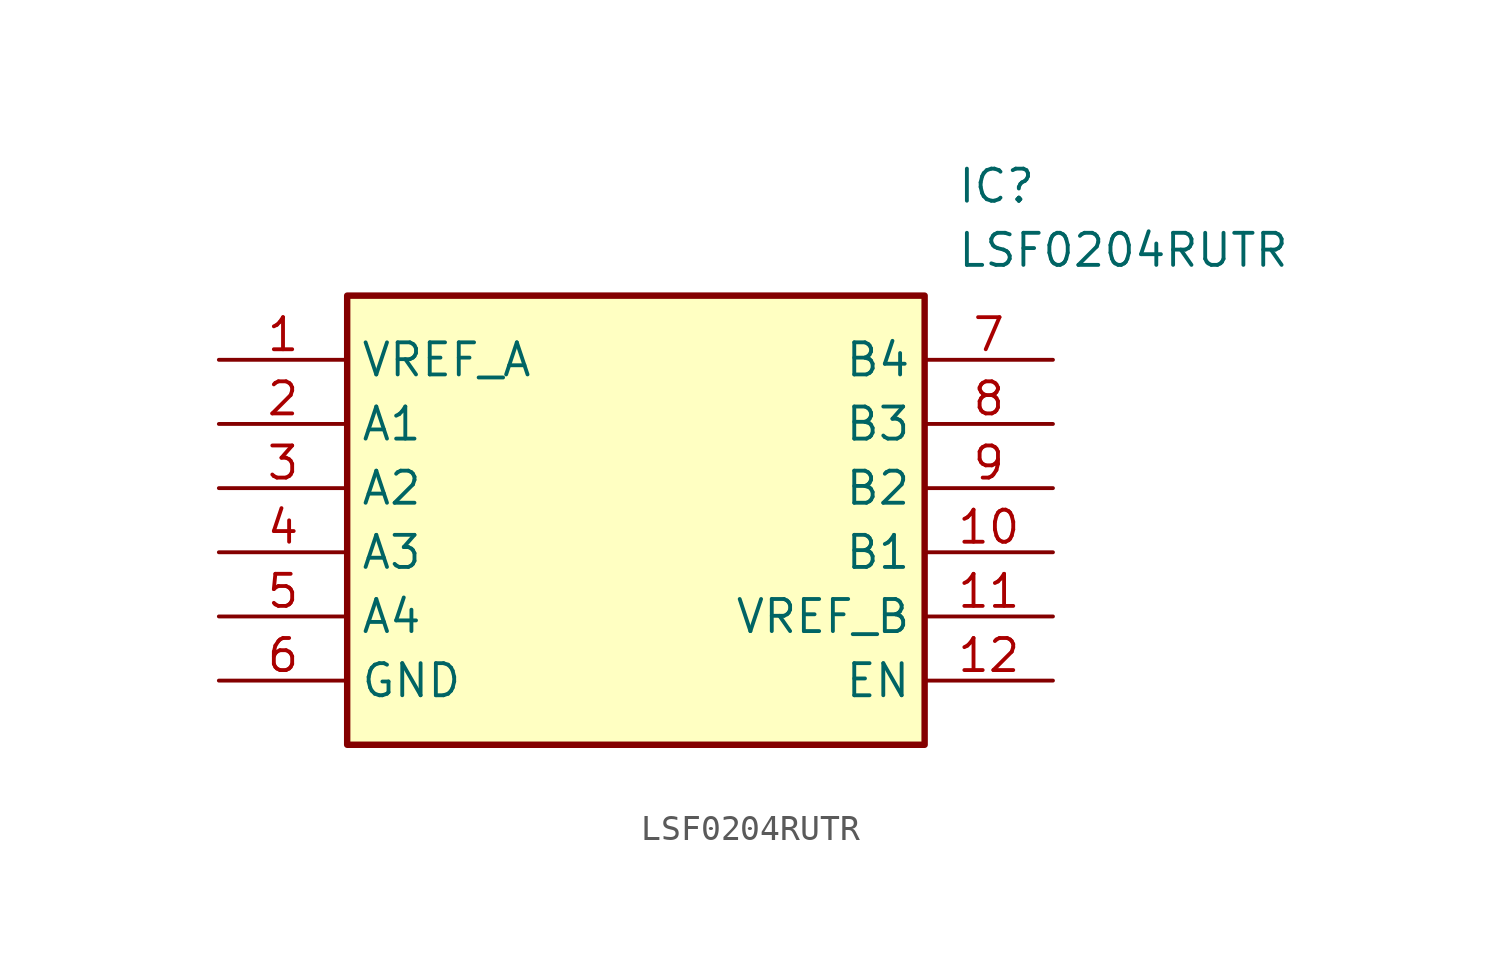
<source format=kicad_sym>
(kicad_symbol_lib
  (version 20211014)
  (generator SamacSys_ECAD_Model)
  (symbol "LSF0204RUTR"
    (property "Reference" "IC"
      (at 29.21 7.62 0)
      (effects (font (size 1.27 1.27)) (justify left top)))
    (property "Value" "LSF0204RUTR"
      (at 29.21 5.08 0)
      (effects (font (size 1.27 1.27)) (justify left top)))
    (rectangle
      (start 5.08 2.54)
      (end 27.94 -15.24)
      (stroke (width 0.254) (type default))
      (fill (type background)))
    (pin passive line
      (at 0 0 0)
      (length 5.08)
      (name "VREF_A" (effects (font (size 1.27 1.27))))
      (number "1" (effects (font (size 1.27 1.27)))))
    (pin passive line
      (at 0 -2.54 0)
      (length 5.08)
      (name "A1" (effects (font (size 1.27 1.27))))
      (number "2" (effects (font (size 1.27 1.27)))))
    (pin passive line
      (at 0 -5.08 0)
      (length 5.08)
      (name "A2" (effects (font (size 1.27 1.27))))
      (number "3" (effects (font (size 1.27 1.27)))))
    (pin passive line
      (at 0 -7.62 0)
      (length 5.08)
      (name "A3" (effects (font (size 1.27 1.27))))
      (number "4" (effects (font (size 1.27 1.27)))))
    (pin passive line
      (at 0 -10.16 0)
      (length 5.08)
      (name "A4" (effects (font (size 1.27 1.27))))
      (number "5" (effects (font (size 1.27 1.27)))))
    (pin passive line
      (at 0 -12.7 0)
      (length 5.08)
      (name "GND" (effects (font (size 1.27 1.27))))
      (number "6" (effects (font (size 1.27 1.27)))))
    (pin passive line
      (at 33.02 0 180)
      (length 5.08)
      (name "B4" (effects (font (size 1.27 1.27))))
      (number "7" (effects (font (size 1.27 1.27)))))
    (pin passive line
      (at 33.02 -2.54 180)
      (length 5.08)
      (name "B3" (effects (font (size 1.27 1.27))))
      (number "8" (effects (font (size 1.27 1.27)))))
    (pin passive line
      (at 33.02 -5.08 180)
      (length 5.08)
      (name "B2" (effects (font (size 1.27 1.27))))
      (number "9" (effects (font (size 1.27 1.27)))))
    (pin passive line
      (at 33.02 -7.62 180)
      (length 5.08)
      (name "B1" (effects (font (size 1.27 1.27))))
      (number "10" (effects (font (size 1.27 1.27)))))
    (pin passive line
      (at 33.02 -10.16 180)
      (length 5.08)
      (name "VREF_B" (effects (font (size 1.27 1.27))))
      (number "11" (effects (font (size 1.27 1.27)))))
    (pin passive line
      (at 33.02 -12.7 180)
      (length 5.08)
      (name "EN" (effects (font (size 1.27 1.27))))
      (number "12" (effects (font (size 1.27 1.27)))))))
</source>
